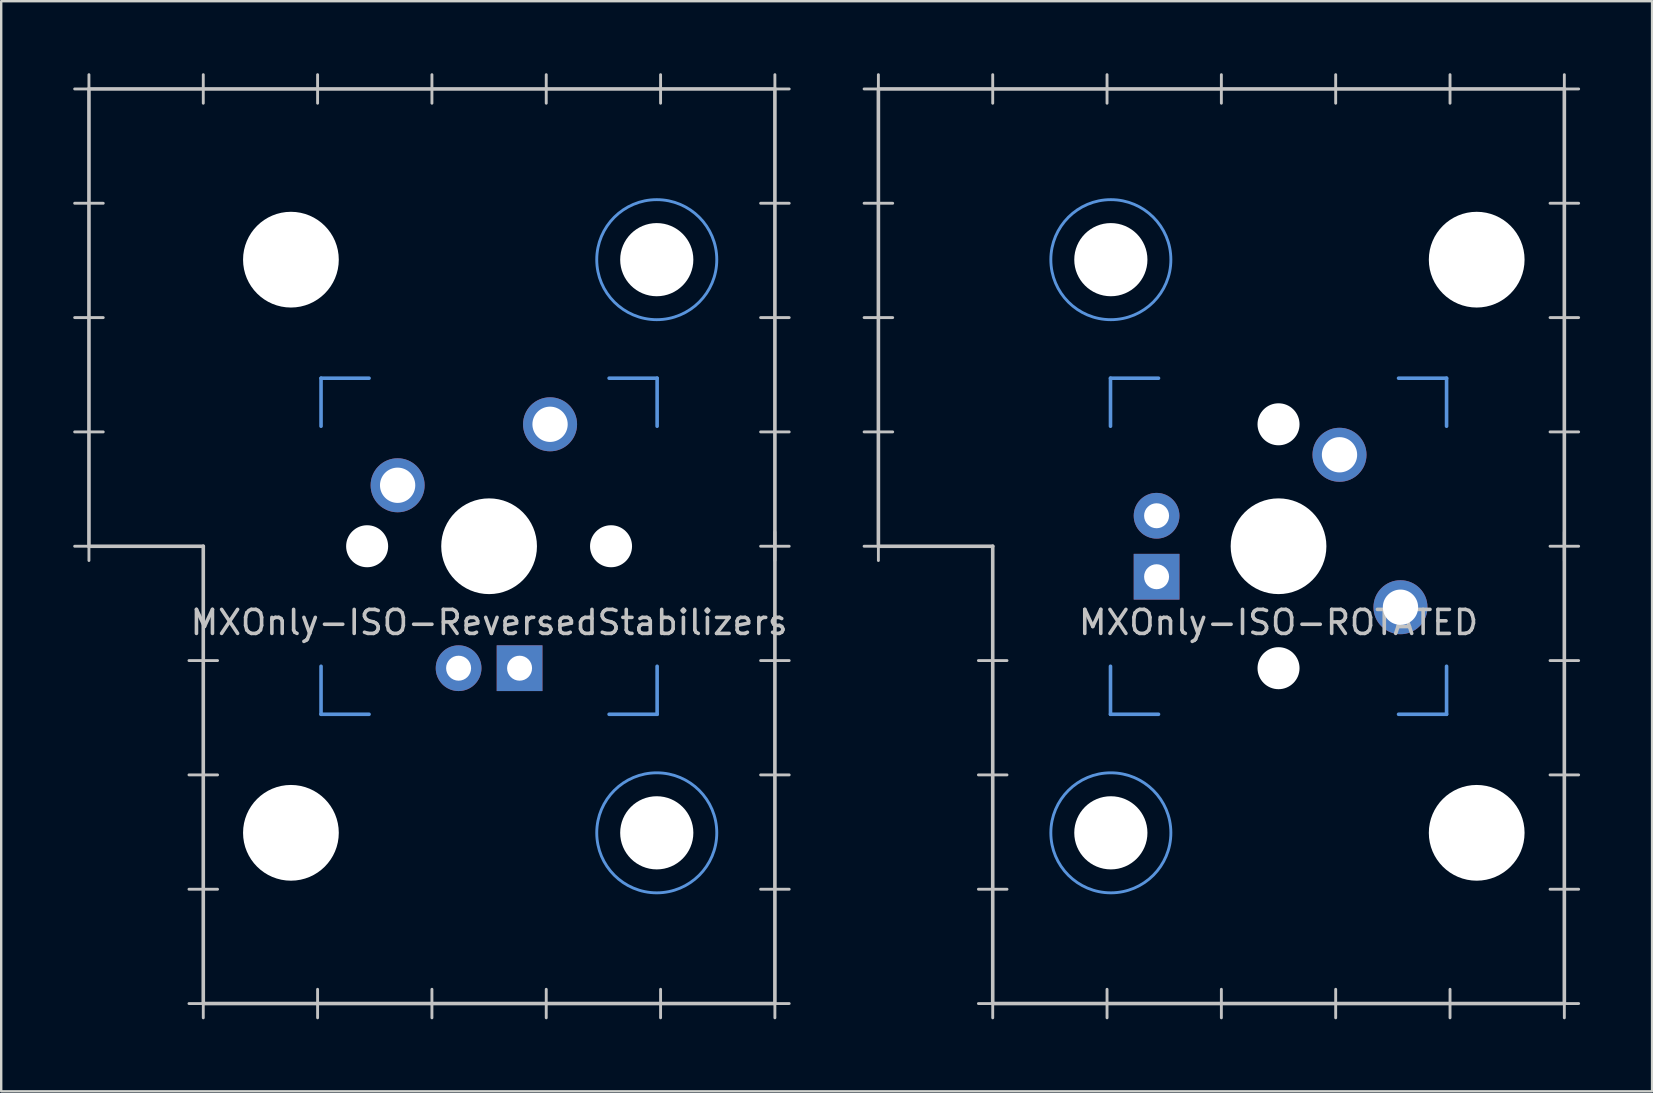
<source format=kicad_pcb>
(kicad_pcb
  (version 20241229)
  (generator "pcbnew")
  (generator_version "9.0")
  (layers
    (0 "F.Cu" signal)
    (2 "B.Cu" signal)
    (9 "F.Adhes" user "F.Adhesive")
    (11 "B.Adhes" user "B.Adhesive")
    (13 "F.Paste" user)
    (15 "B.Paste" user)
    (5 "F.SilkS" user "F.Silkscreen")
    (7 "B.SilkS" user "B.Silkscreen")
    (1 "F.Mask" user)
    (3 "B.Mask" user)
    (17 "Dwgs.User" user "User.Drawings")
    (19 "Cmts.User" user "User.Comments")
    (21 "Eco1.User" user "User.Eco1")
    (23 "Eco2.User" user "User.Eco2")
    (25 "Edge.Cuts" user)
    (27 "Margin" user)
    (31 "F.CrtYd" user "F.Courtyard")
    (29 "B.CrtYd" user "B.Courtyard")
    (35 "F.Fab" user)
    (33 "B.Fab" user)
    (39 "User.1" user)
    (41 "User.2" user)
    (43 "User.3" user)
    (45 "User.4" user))
  (footprint "MXOnly-ISO-ROTATED"
    (layer "F.Cu")
    (at 50.21 19.705)
    (property "Reference" "MXOnly-ISO-ROTATED" (at 0 3.175 0) (layer "Dwgs.User") (effects (font (size 1 1) (thickness 0.15))))
    (attr through_hole)
    (fp_line (start -17.264 0.000008) (end -16.669 0) (stroke (width 0.12) (type solid)) (layer "Dwgs.User"))
    (fp_line (start -17.264 -19.05) (end -16.669 -19.05) (stroke (width 0.12) (type solid)) (layer "Dwgs.User"))
    (fp_line (start -17.264 -4.763) (end -16.073 -4.763) (stroke (width 0.12) (type solid)) (layer "Dwgs.User"))
    (fp_line (start -16.669 0.595) (end -16.669 0) (stroke (width 0.12) (type solid)) (layer "Dwgs.User"))
    (fp_line (start -16.669 -19.645) (end -16.669 -19.05) (stroke (width 0.12) (type solid)) (layer "Dwgs.User"))
    (fp_line (start -16.669 -19.05) (end -16.669 0) (stroke (width 0.15) (type solid)) (layer "Dwgs.User"))
    (fp_line (start -16.669 -19.05) (end 11.906 -19.05) (stroke (width 0.15) (type solid)) (layer "Dwgs.User"))
    (fp_line (start -16.073 -14.288) (end -17.264 -14.288) (stroke (width 0.12) (type solid)) (layer "Dwgs.User"))
    (fp_line (start -16.073 -9.525) (end -17.264 -9.525) (stroke (width 0.12) (type solid)) (layer "Dwgs.User"))
    (fp_line (start -12.502 9.525) (end -11.311 9.525) (stroke (width 0.12) (type solid)) (layer "Dwgs.User"))
    (fp_line (start -12.502 14.288) (end -11.311 14.288) (stroke (width 0.12) (type solid)) (layer "Dwgs.User"))
    (fp_line (start -12.502 19.05) (end -11.906 19.05) (stroke (width 0.12) (type solid)) (layer "Dwgs.User"))
    (fp_line (start -11.906 19.645) (end -11.906 19.05) (stroke (width 0.12) (type solid)) (layer "Dwgs.User"))
    (fp_line (start -11.906 0) (end -16.669 0) (stroke (width 0.15) (type solid)) (layer "Dwgs.User"))
    (fp_line (start -11.906 19.05) (end -11.906 0) (stroke (width 0.15) (type solid)) (layer "Dwgs.User"))
    (fp_line (start -11.906 19.05) (end 11.906 19.05) (stroke (width 0.15) (type solid)) (layer "Dwgs.User"))
    (fp_line (start -11.906 -19.645) (end -11.906 -18.455) (stroke (width 0.12) (type solid)) (layer "Dwgs.User"))
    (fp_line (start -11.311 4.762) (end -12.502 4.762) (stroke (width 0.12) (type solid)) (layer "Dwgs.User"))
    (fp_line (start -7.144 18.455) (end -7.144 19.645) (stroke (width 0.12) (type solid)) (layer "Dwgs.User"))
    (fp_line (start -7.144 -18.455) (end -7.144 -19.645) (stroke (width 0.12) (type solid)) (layer "Dwgs.User"))
    (fp_line (start -2.381 18.455) (end -2.381 19.645) (stroke (width 0.12) (type solid)) (layer "Dwgs.User"))
    (fp_line (start -2.381 -18.455) (end -2.381 -19.645) (stroke (width 0.12) (type solid)) (layer "Dwgs.User"))
    (fp_line (start 2.381 19.645) (end 2.381 18.455) (stroke (width 0.12) (type solid)) (layer "Dwgs.User"))
    (fp_line (start 2.381 -18.455) (end 2.381 -19.645) (stroke (width 0.12) (type solid)) (layer "Dwgs.User"))
    (fp_line (start 7.144 18.455) (end 7.144 19.645) (stroke (width 0.12) (type solid)) (layer "Dwgs.User"))
    (fp_line (start 7.144 -18.455) (end 7.144 -19.645) (stroke (width 0.12) (type solid)) (layer "Dwgs.User"))
    (fp_line (start 11.311 14.288) (end 12.502 14.288) (stroke (width 0.12) (type solid)) (layer "Dwgs.User"))
    (fp_line (start 11.311 0) (end 12.502 0) (stroke (width 0.12) (type solid)) (layer "Dwgs.User"))
    (fp_line (start 11.906 19.645) (end 11.906 19.05) (stroke (width 0.12) (type solid)) (layer "Dwgs.User"))
    (fp_line (start 11.906 -19.05) (end 11.906 19.05) (stroke (width 0.15) (type solid)) (layer "Dwgs.User"))
    (fp_line (start 11.906 -19.645) (end 11.906 -19.05) (stroke (width 0.12) (type solid)) (layer "Dwgs.User"))
    (fp_line (start 11.906 0.595) (end 11.906 -0.595) (stroke (width 0.12) (type solid)) (layer "Dwgs.User"))
    (fp_line (start 12.502 -19.05) (end 11.906 -19.05) (stroke (width 0.12) (type solid)) (layer "Dwgs.User"))
    (fp_line (start 12.502 4.763) (end 11.311 4.763) (stroke (width 0.12) (type solid)) (layer "Dwgs.User"))
    (fp_line (start 12.502 9.525) (end 11.311 9.525) (stroke (width 0.12) (type solid)) (layer "Dwgs.User"))
    (fp_line (start 12.502 19.05) (end 11.906 19.05) (stroke (width 0.12) (type solid)) (layer "Dwgs.User"))
    (fp_line (start 12.502 -14.288) (end 11.311 -14.288) (stroke (width 0.12) (type solid)) (layer "Dwgs.User"))
    (fp_line (start 12.502 -9.525) (end 11.311 -9.525) (stroke (width 0.12) (type solid)) (layer "Dwgs.User"))
    (fp_line (start 12.502 -4.763) (end 11.311 -4.763) (stroke (width 0.12) (type solid)) (layer "Dwgs.User"))
    (fp_line (start -7 -7) (end -5 -7) (stroke (width 0.15) (type solid)) (layer "Cmts.User"))
    (fp_line (start -7 -5) (end -7 -7) (stroke (width 0.15) (type solid)) (layer "Cmts.User"))
    (fp_line (start -7 7) (end -7 5) (stroke (width 0.15) (type solid)) (layer "Cmts.User"))
    (fp_line (start -5 7) (end -7 7) (stroke (width 0.15) (type solid)) (layer "Cmts.User"))
    (fp_line (start 7 -7) (end 5 -7) (stroke (width 0.15) (type solid)) (layer "Cmts.User"))
    (fp_line (start 7 -5) (end 7 -7) (stroke (width 0.15) (type solid)) (layer "Cmts.User"))
    (fp_line (start 7 5) (end 7 7) (stroke (width 0.15) (type solid)) (layer "Cmts.User"))
    (fp_line (start 7 7) (end 5 7) (stroke (width 0.15) (type solid)) (layer "Cmts.User"))
    (fp_circle (center -6.985 -11.938) (end -4.485 -11.938) (stroke (width 0.12) (type solid)) (fill no) (layer "Cmts.User"))
    (fp_circle (center -6.985 11.938) (end -4.485 11.938) (stroke (width 0.12) (type solid)) (fill no) (layer "Cmts.User"))
    (pad "" np_thru_hole circle (at -6.985 -11.938) (size 3.048 3.048) (drill 3.048) (layers "*.Cu" "*.Mask"))
    (pad "" np_thru_hole circle (at -6.985 11.938) (size 3.048 3.048) (drill 3.048) (layers "*.Cu" "*.Mask"))
    (pad "" np_thru_hole circle (at 0 -5.08 48.1) (size 1.75 1.75) (drill 1.75) (layers "*.Cu" "*.Mask"))
    (pad "" np_thru_hole circle (at 0 0) (size 3.988 3.988) (drill 3.988) (layers "*.Cu" "*.Mask"))
    (pad "" np_thru_hole circle (at 0 5.08 48.1) (size 1.75 1.75) (drill 1.75) (layers "*.Cu" "*.Mask"))
    (pad "" np_thru_hole circle (at 8.255 -11.938) (size 3.988 3.988) (drill 3.988) (layers "*.Cu" "*.Mask"))
    (pad "" np_thru_hole circle (at 8.255 11.938) (size 3.988 3.988) (drill 3.988) (layers "*.Cu" "*.Mask"))
    (pad "1" thru_hole circle (at 2.54 -3.81) (size 2.25 2.25) (drill 1.47) (layers "*.Cu" "B.Mask"))
    (pad "2" thru_hole circle (at 5.08 2.54) (size 2.25 2.25) (drill 1.47) (layers "*.Cu" "B.Mask"))
    (pad "3" thru_hole circle (at -5.08 -1.27) (size 1.905 1.905) (drill 1.04) (layers "*.Cu" "B.Mask"))
    (pad "4" thru_hole rect (at -5.08 1.27) (size 1.905 1.905) (drill 1.04) (layers "*.Cu" "B.Mask")))
  (footprint "MXOnly-ISO-ReversedStabilizers"
    (layer "F.Cu")
    (at 17.324 19.705)
    (property "Reference" "MXOnly-ISO-ReversedStabilizers" (at 0 3.175 0) (layer "Dwgs.User") (effects (font (size 1 1) (thickness 0.15))))
    (attr through_hole)
    (fp_line (start -17.264 0.000008) (end -16.669 0) (stroke (width 0.12) (type solid)) (layer "Dwgs.User"))
    (fp_line (start -17.264 -19.05) (end -16.669 -19.05) (stroke (width 0.12) (type solid)) (layer "Dwgs.User"))
    (fp_line (start -17.264 -4.763) (end -16.073 -4.763) (stroke (width 0.12) (type solid)) (layer "Dwgs.User"))
    (fp_line (start -16.669 0.595) (end -16.669 0) (stroke (width 0.12) (type solid)) (layer "Dwgs.User"))
    (fp_line (start -16.669 -19.645) (end -16.669 -19.05) (stroke (width 0.12) (type solid)) (layer "Dwgs.User"))
    (fp_line (start -16.669 -19.05) (end -16.669 0) (stroke (width 0.15) (type solid)) (layer "Dwgs.User"))
    (fp_line (start -16.669 -19.05) (end 11.906 -19.05) (stroke (width 0.15) (type solid)) (layer "Dwgs.User"))
    (fp_line (start -16.073 -14.288) (end -17.264 -14.288) (stroke (width 0.12) (type solid)) (layer "Dwgs.User"))
    (fp_line (start -16.073 -9.525) (end -17.264 -9.525) (stroke (width 0.12) (type solid)) (layer "Dwgs.User"))
    (fp_line (start -12.502 9.525) (end -11.311 9.525) (stroke (width 0.12) (type solid)) (layer "Dwgs.User"))
    (fp_line (start -12.502 14.288) (end -11.311 14.288) (stroke (width 0.12) (type solid)) (layer "Dwgs.User"))
    (fp_line (start -12.502 19.05) (end -11.906 19.05) (stroke (width 0.12) (type solid)) (layer "Dwgs.User"))
    (fp_line (start -11.906 19.645) (end -11.906 19.05) (stroke (width 0.12) (type solid)) (layer "Dwgs.User"))
    (fp_line (start -11.906 0) (end -16.669 0) (stroke (width 0.15) (type solid)) (layer "Dwgs.User"))
    (fp_line (start -11.906 19.05) (end -11.906 0) (stroke (width 0.15) (type solid)) (layer "Dwgs.User"))
    (fp_line (start -11.906 19.05) (end 11.906 19.05) (stroke (width 0.15) (type solid)) (layer "Dwgs.User"))
    (fp_line (start -11.906 -19.645) (end -11.906 -18.455) (stroke (width 0.12) (type solid)) (layer "Dwgs.User"))
    (fp_line (start -11.311 4.762) (end -12.502 4.762) (stroke (width 0.12) (type solid)) (layer "Dwgs.User"))
    (fp_line (start -7.144 18.455) (end -7.144 19.645) (stroke (width 0.12) (type solid)) (layer "Dwgs.User"))
    (fp_line (start -7.144 -18.455) (end -7.144 -19.645) (stroke (width 0.12) (type solid)) (layer "Dwgs.User"))
    (fp_line (start -2.381 18.455) (end -2.381 19.645) (stroke (width 0.12) (type solid)) (layer "Dwgs.User"))
    (fp_line (start -2.381 -18.455) (end -2.381 -19.645) (stroke (width 0.12) (type solid)) (layer "Dwgs.User"))
    (fp_line (start 2.381 19.645) (end 2.381 18.455) (stroke (width 0.12) (type solid)) (layer "Dwgs.User"))
    (fp_line (start 2.381 -18.455) (end 2.381 -19.645) (stroke (width 0.12) (type solid)) (layer "Dwgs.User"))
    (fp_line (start 7.144 18.455) (end 7.144 19.645) (stroke (width 0.12) (type solid)) (layer "Dwgs.User"))
    (fp_line (start 7.144 -18.455) (end 7.144 -19.645) (stroke (width 0.12) (type solid)) (layer "Dwgs.User"))
    (fp_line (start 11.311 14.288) (end 12.502 14.288) (stroke (width 0.12) (type solid)) (layer "Dwgs.User"))
    (fp_line (start 11.311 0) (end 12.502 0) (stroke (width 0.12) (type solid)) (layer "Dwgs.User"))
    (fp_line (start 11.906 19.645) (end 11.906 19.05) (stroke (width 0.12) (type solid)) (layer "Dwgs.User"))
    (fp_line (start 11.906 -19.05) (end 11.906 19.05) (stroke (width 0.15) (type solid)) (layer "Dwgs.User"))
    (fp_line (start 11.906 -19.645) (end 11.906 -19.05) (stroke (width 0.12) (type solid)) (layer "Dwgs.User"))
    (fp_line (start 11.906 0.595) (end 11.906 -0.595) (stroke (width 0.12) (type solid)) (layer "Dwgs.User"))
    (fp_line (start 12.502 -19.05) (end 11.906 -19.05) (stroke (width 0.12) (type solid)) (layer "Dwgs.User"))
    (fp_line (start 12.502 4.763) (end 11.311 4.763) (stroke (width 0.12) (type solid)) (layer "Dwgs.User"))
    (fp_line (start 12.502 9.525) (end 11.311 9.525) (stroke (width 0.12) (type solid)) (layer "Dwgs.User"))
    (fp_line (start 12.502 19.05) (end 11.906 19.05) (stroke (width 0.12) (type solid)) (layer "Dwgs.User"))
    (fp_line (start 12.502 -14.288) (end 11.311 -14.288) (stroke (width 0.12) (type solid)) (layer "Dwgs.User"))
    (fp_line (start 12.502 -9.525) (end 11.311 -9.525) (stroke (width 0.12) (type solid)) (layer "Dwgs.User"))
    (fp_line (start 12.502 -4.763) (end 11.311 -4.763) (stroke (width 0.12) (type solid)) (layer "Dwgs.User"))
    (fp_line (start -7 -7) (end -7 -5) (stroke (width 0.15) (type solid)) (layer "Cmts.User"))
    (fp_line (start -7 7) (end -7 5) (stroke (width 0.15) (type solid)) (layer "Cmts.User"))
    (fp_line (start -5 -7) (end -7 -7) (stroke (width 0.15) (type solid)) (layer "Cmts.User"))
    (fp_line (start -5 7) (end -7 7) (stroke (width 0.15) (type solid)) (layer "Cmts.User"))
    (fp_line (start 5 -7) (end 7 -7) (stroke (width 0.15) (type solid)) (layer "Cmts.User"))
    (fp_line (start 7 -7) (end 7 -5) (stroke (width 0.15) (type solid)) (layer "Cmts.User"))
    (fp_line (start 7 5) (end 7 7) (stroke (width 0.15) (type solid)) (layer "Cmts.User"))
    (fp_line (start 7 7) (end 5 7) (stroke (width 0.15) (type solid)) (layer "Cmts.User"))
    (fp_circle (center 6.985 -11.938) (end 9.485 -11.938) (stroke (width 0.12) (type solid)) (fill no) (layer "Cmts.User"))
    (fp_circle (center 6.985 11.938) (end 9.485 11.938) (stroke (width 0.12) (type solid)) (fill no) (layer "Cmts.User"))
    (pad "" np_thru_hole circle (at -8.255 -11.938) (size 3.988 3.988) (drill 3.988) (layers "*.Cu" "*.Mask"))
    (pad "" np_thru_hole circle (at -8.255 11.938) (size 3.988 3.988) (drill 3.988) (layers "*.Cu" "*.Mask"))
    (pad "" np_thru_hole circle (at -5.08 0 48.1) (size 1.75 1.75) (drill 1.75) (layers "*.Cu" "*.Mask"))
    (pad "" np_thru_hole circle (at 0 0) (size 3.988 3.988) (drill 3.988) (layers "*.Cu" "*.Mask"))
    (pad "" np_thru_hole circle (at 5.08 0 48.1) (size 1.75 1.75) (drill 1.75) (layers "*.Cu" "*.Mask"))
    (pad "" np_thru_hole circle (at 6.985 -11.938) (size 3.048 3.048) (drill 3.048) (layers "*.Cu" "*.Mask"))
    (pad "" np_thru_hole circle (at 6.985 11.938) (size 3.048 3.048) (drill 3.048) (layers "*.Cu" "*.Mask"))
    (pad "1" thru_hole circle (at -3.81 -2.54) (size 2.25 2.25) (drill 1.47) (layers "*.Cu" "B.Mask"))
    (pad "2" thru_hole circle (at 2.54 -5.08) (size 2.25 2.25) (drill 1.47) (layers "*.Cu" "B.Mask"))
    (pad "3" thru_hole circle (at -1.27 5.08) (size 1.905 1.905) (drill 1.04) (layers "*.Cu" "B.Mask"))
    (pad "4" thru_hole rect (at 1.27 5.08) (size 1.905 1.905) (drill 1.04) (layers "*.Cu" "B.Mask")))
  (gr_rect
    (start -3 -3)
    (end 65.771 42.411)
    (stroke (width 0.1) (type default))
    (fill no)
    (layer "Edge.Cuts")))
</source>
